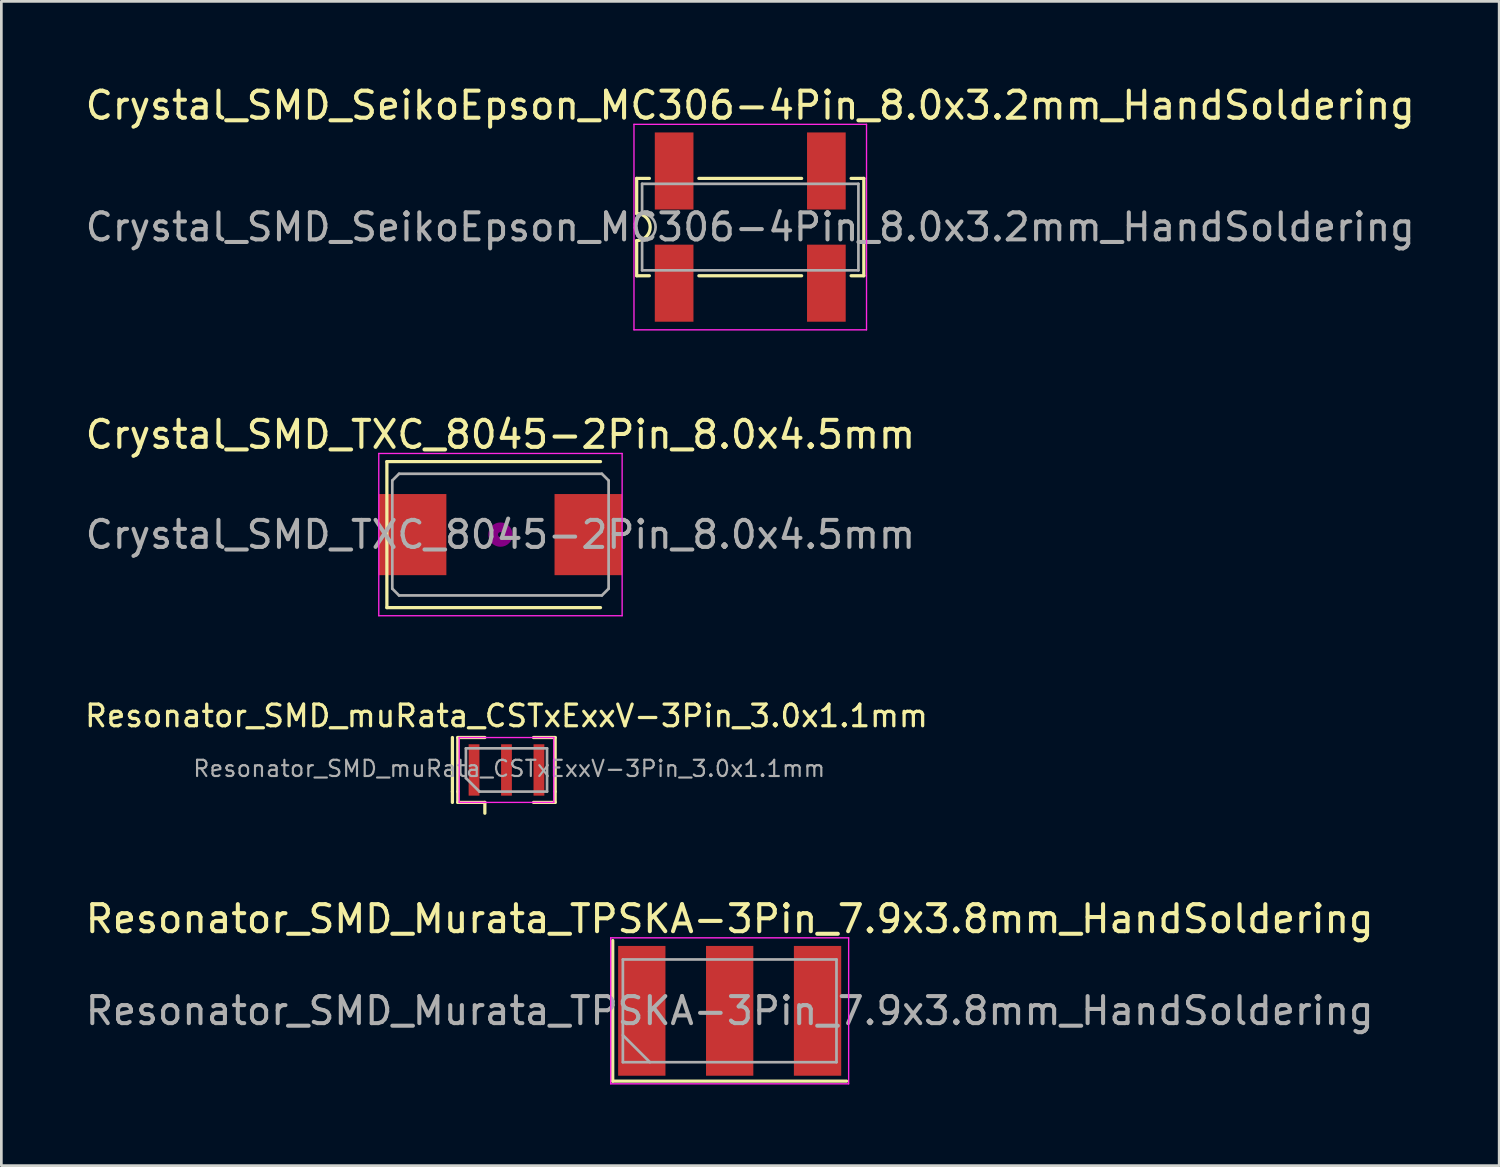
<source format=kicad_pcb>
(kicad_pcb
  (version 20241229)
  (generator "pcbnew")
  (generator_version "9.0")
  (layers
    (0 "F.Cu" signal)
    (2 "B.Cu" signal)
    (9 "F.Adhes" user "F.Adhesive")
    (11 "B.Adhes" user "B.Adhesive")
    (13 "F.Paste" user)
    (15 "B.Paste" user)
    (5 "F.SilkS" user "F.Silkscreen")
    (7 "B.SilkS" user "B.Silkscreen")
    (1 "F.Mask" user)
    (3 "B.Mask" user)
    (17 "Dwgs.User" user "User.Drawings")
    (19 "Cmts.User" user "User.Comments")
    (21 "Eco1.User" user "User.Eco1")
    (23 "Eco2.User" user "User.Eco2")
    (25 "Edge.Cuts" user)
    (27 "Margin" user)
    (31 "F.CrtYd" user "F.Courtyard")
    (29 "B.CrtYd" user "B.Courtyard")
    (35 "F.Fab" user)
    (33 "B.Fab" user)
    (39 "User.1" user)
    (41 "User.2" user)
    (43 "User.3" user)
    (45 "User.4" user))
  (footprint "Resonator_SMD_Murata_TPSKA-3Pin_7.9x3.8mm_HandSoldering"
    (layer "F.Cu")
    (at 23.935 34.333)
    (property "Reference" "Resonator_SMD_Murata_TPSKA-3Pin_7.9x3.8mm_HandSoldering" (at 0 -3.4 0) (layer "F.SilkS") (effects (font (size 1 1) (thickness 0.15))))
    (attr smd)
    (fp_line (start -4.325 -2.6) (end -4.325 2.6) (stroke (width 0.12) (type solid)) (layer "F.SilkS"))
    (fp_line (start -4.325 2.6) (end 4.325 2.6) (stroke (width 0.12) (type solid)) (layer "F.SilkS"))
    (fp_line (start -4.4 -2.7) (end -4.4 2.7) (stroke (width 0.05) (type solid)) (layer "F.CrtYd"))
    (fp_line (start -4.4 2.7) (end 4.4 2.7) (stroke (width 0.05) (type solid)) (layer "F.CrtYd"))
    (fp_line (start 4.4 -2.7) (end -4.4 -2.7) (stroke (width 0.05) (type solid)) (layer "F.CrtYd"))
    (fp_line (start 4.4 2.7) (end 4.4 -2.7) (stroke (width 0.05) (type solid)) (layer "F.CrtYd"))
    (fp_line (start -3.95 -1.9) (end -3.95 1.9) (stroke (width 0.1) (type solid)) (layer "F.Fab"))
    (fp_line (start -3.95 0.9) (end -2.95 1.9) (stroke (width 0.1) (type solid)) (layer "F.Fab"))
    (fp_line (start -3.95 1.9) (end 3.95 1.9) (stroke (width 0.1) (type solid)) (layer "F.Fab"))
    (fp_line (start 3.95 -1.9) (end -3.95 -1.9) (stroke (width 0.1) (type solid)) (layer "F.Fab"))
    (fp_line (start 3.95 1.9) (end 3.95 -1.9) (stroke (width 0.1) (type solid)) (layer "F.Fab"))
    (fp_text user "${REFERENCE}" (at 0 0 0) (layer "F.Fab") (effects (font (size 1 1) (thickness 0.15))))
    (pad "1" smd rect (at -3.25 0) (size 1.75 4.8) (layers "F.Cu" "F.Mask" "F.Paste"))
    (pad "2" smd rect (at 0 0) (size 1.75 4.8) (layers "F.Cu" "F.Mask" "F.Paste"))
    (pad "3" smd rect (at 3.25 0) (size 1.75 4.8) (layers "F.Cu" "F.Mask" "F.Paste")))
  (footprint "Crystal_SMD_TXC_8045-2Pin_8.0x4.5mm"
    (layer "F.Cu")
    (at 15.458 16.721)
    (property "Reference" "Crystal_SMD_TXC_8045-2Pin_8.0x4.5mm" (at 0 -3.7 0) (layer "F.SilkS") (effects (font (size 1 1) (thickness 0.15))))
    (attr smd)
    (fp_line (start -4.2 -2.7) (end -4.2 2.7) (stroke (width 0.12) (type solid)) (layer "F.SilkS"))
    (fp_line (start -4.2 2.7) (end 3.7 2.7) (stroke (width 0.12) (type solid)) (layer "F.SilkS"))
    (fp_line (start 3.7 -2.7) (end -4.2 -2.7) (stroke (width 0.12) (type solid)) (layer "F.SilkS"))
    (fp_circle (center 0 0) (end 0.093 0) (stroke (width 0.187) (type solid)) (fill no) (layer "F.Adhes"))
    (fp_circle (center 0 0) (end 0.213 0) (stroke (width 0.133) (type solid)) (fill no) (layer "F.Adhes"))
    (fp_circle (center 0 0) (end 0.333 0) (stroke (width 0.133) (type solid)) (fill no) (layer "F.Adhes"))
    (fp_circle (center 0 0) (end 0.4 0) (stroke (width 0.1) (type solid)) (fill no) (layer "F.Adhes"))
    (fp_line (start -4.5 -3) (end -4.5 3) (stroke (width 0.05) (type solid)) (layer "F.CrtYd"))
    (fp_line (start -4.5 3) (end 4.5 3) (stroke (width 0.05) (type solid)) (layer "F.CrtYd"))
    (fp_line (start 4.5 -3) (end -4.5 -3) (stroke (width 0.05) (type solid)) (layer "F.CrtYd"))
    (fp_line (start 4.5 3) (end 4.5 -3) (stroke (width 0.05) (type solid)) (layer "F.CrtYd"))
    (fp_line (start -4 -2) (end -3.75 -2.25) (stroke (width 0.1) (type solid)) (layer "F.Fab"))
    (fp_line (start -4 2) (end -4 -2) (stroke (width 0.1) (type solid)) (layer "F.Fab"))
    (fp_line (start -3.75 -2.25) (end 3.75 -2.25) (stroke (width 0.1) (type solid)) (layer "F.Fab"))
    (fp_line (start -3.75 2.25) (end -4 2) (stroke (width 0.1) (type solid)) (layer "F.Fab"))
    (fp_line (start 3.75 -2.25) (end 4 -2) (stroke (width 0.1) (type solid)) (layer "F.Fab"))
    (fp_line (start 3.75 2.25) (end -3.75 2.25) (stroke (width 0.1) (type solid)) (layer "F.Fab"))
    (fp_line (start 3.75 2.25) (end 4 2) (stroke (width 0.1) (type solid)) (layer "F.Fab"))
    (fp_line (start 4 -2) (end 4 2) (stroke (width 0.1) (type solid)) (layer "F.Fab"))
    (fp_text user "${REFERENCE}" (at 0 0 0) (layer "F.Fab") (effects (font (size 1 1) (thickness 0.15))))
    (pad "1" smd rect (at -3.25 0) (size 2.5 3) (layers "F.Cu" "F.Mask" "F.Paste"))
    (pad "2" smd rect (at 3.25 0) (size 2.5 3) (layers "F.Cu" "F.Mask" "F.Paste")))
  (footprint "Crystal_SMD_SeikoEpson_MC306-4Pin_8.0x3.2mm_HandSoldering"
    (layer "F.Cu")
    (at 24.696 5.348)
    (property "Reference" "Crystal_SMD_SeikoEpson_MC306-4Pin_8.0x3.2mm_HandSoldering" (at 0 -4.5 0) (layer "F.SilkS") (effects (font (size 1 1) (thickness 0.15))))
    (attr smd)
    (fp_line (start -4.2 -1.8) (end -3.73 -1.8) (stroke (width 0.12) (type solid)) (layer "F.SilkS"))
    (fp_line (start -4.2 -0.5) (end -4.2 -1.8) (stroke (width 0.12) (type solid)) (layer "F.SilkS"))
    (fp_line (start -4.2 1.8) (end -4.2 0.5) (stroke (width 0.12) (type solid)) (layer "F.SilkS"))
    (fp_line (start -4.2 1.8) (end -3.73 1.8) (stroke (width 0.12) (type solid)) (layer "F.SilkS"))
    (fp_line (start -1.9 -1.8) (end 1.9 -1.8) (stroke (width 0.12) (type solid)) (layer "F.SilkS"))
    (fp_line (start 1.9 1.8) (end -1.9 1.8) (stroke (width 0.12) (type solid)) (layer "F.SilkS"))
    (fp_line (start 3.73 -1.8) (end 4.2 -1.8) (stroke (width 0.12) (type solid)) (layer "F.SilkS"))
    (fp_line (start 4.2 -1.8) (end 4.2 1.8) (stroke (width 0.12) (type solid)) (layer "F.SilkS"))
    (fp_line (start 4.2 1.8) (end 3.73 1.8) (stroke (width 0.12) (type solid)) (layer "F.SilkS"))
    (fp_arc (start -4.2 -0.5) (mid -3.7 0) (end -4.2 0.5) (stroke (width 0.12) (type solid)) (layer "F.SilkS"))
    (fp_line (start -4.3 -3.8) (end -4.3 3.8) (stroke (width 0.05) (type solid)) (layer "F.CrtYd"))
    (fp_line (start -4.3 3.8) (end 4.3 3.8) (stroke (width 0.05) (type solid)) (layer "F.CrtYd"))
    (fp_line (start 4.3 -3.8) (end -4.3 -3.8) (stroke (width 0.05) (type solid)) (layer "F.CrtYd"))
    (fp_line (start 4.3 3.8) (end 4.3 -3.8) (stroke (width 0.05) (type solid)) (layer "F.CrtYd"))
    (fp_line (start -4 -1.6) (end 4 -1.6) (stroke (width 0.1) (type solid)) (layer "F.Fab"))
    (fp_line (start -4 -0.5) (end -4 -1.6) (stroke (width 0.1) (type solid)) (layer "F.Fab"))
    (fp_line (start -4 1.6) (end -4 0.5) (stroke (width 0.1) (type solid)) (layer "F.Fab"))
    (fp_line (start 4 -1.6) (end 4 1.6) (stroke (width 0.1) (type solid)) (layer "F.Fab"))
    (fp_line (start 4 1.6) (end -4 1.6) (stroke (width 0.1) (type solid)) (layer "F.Fab"))
    (fp_arc (start -4 -0.5) (mid -3.5 0) (end -4 0.5) (stroke (width 0.1) (type solid)) (layer "F.Fab"))
    (fp_text user "${REFERENCE}" (at 0 0 0) (layer "F.Fab") (effects (font (size 1 1) (thickness 0.15))))
    (pad "1" smd rect (at -2.815 2.075) (size 1.43 2.85) (layers "F.Cu" "F.Mask" "F.Paste"))
    (pad "2" smd rect (at 2.815 2.075) (size 1.43 2.85) (layers "F.Cu" "F.Mask" "F.Paste"))
    (pad "3" smd rect (at 2.815 -2.075) (size 1.43 2.85) (layers "F.Cu" "F.Mask" "F.Paste"))
    (pad "4" smd rect (at -2.815 -2.075) (size 1.43 2.85) (layers "F.Cu" "F.Mask" "F.Paste")))
  (footprint "Resonator_SMD_muRata_CSTxExxV-3Pin_3.0x1.1mm"
    (layer "F.Cu")
    (at 15.681 25.425)
    (property "Reference" "Resonator_SMD_muRata_CSTxExxV-3Pin_3.0x1.1mm" (at 0 -2 0) (layer "F.SilkS") (effects (font (size 0.8 0.8) (thickness 0.12))))
    (attr smd)
    (fp_line (start -2 -1.2) (end -2 0.8) (stroke (width 0.12) (type solid)) (layer "F.SilkS"))
    (fp_line (start -2 0.8) (end -2 1.2) (stroke (width 0.12) (type solid)) (layer "F.SilkS"))
    (fp_line (start -1.8 -1.2) (end -0.8 -1.2) (stroke (width 0.12) (type solid)) (layer "F.SilkS"))
    (fp_line (start -1.8 0.8) (end -1.8 -1.2) (stroke (width 0.12) (type solid)) (layer "F.SilkS"))
    (fp_line (start -1.8 0.8) (end -1.8 1.2) (stroke (width 0.12) (type solid)) (layer "F.SilkS"))
    (fp_line (start -0.8 1.2) (end -1.8 1.2) (stroke (width 0.12) (type solid)) (layer "F.SilkS"))
    (fp_line (start -0.8 1.2) (end -0.8 1.6) (stroke (width 0.12) (type solid)) (layer "F.SilkS"))
    (fp_line (start 1 -1.2) (end 1.8 -1.2) (stroke (width 0.12) (type solid)) (layer "F.SilkS"))
    (fp_line (start 1.8 -1.2) (end 1.8 0.8) (stroke (width 0.12) (type solid)) (layer "F.SilkS"))
    (fp_line (start 1.8 0.8) (end 1.8 1.2) (stroke (width 0.12) (type solid)) (layer "F.SilkS"))
    (fp_line (start 1.8 1.2) (end 1 1.2) (stroke (width 0.12) (type solid)) (layer "F.SilkS"))
    (fp_line (start -1.75 -1.2) (end 1.75 -1.2) (stroke (width 0.05) (type solid)) (layer "F.CrtYd"))
    (fp_line (start -1.75 1.2) (end -1.75 -1.2) (stroke (width 0.05) (type solid)) (layer "F.CrtYd"))
    (fp_line (start 1.75 -1.2) (end 1.75 1.2) (stroke (width 0.05) (type solid)) (layer "F.CrtYd"))
    (fp_line (start 1.75 1.2) (end -1.75 1.2) (stroke (width 0.05) (type solid)) (layer "F.CrtYd"))
    (fp_line (start -1.5 0.3) (end -1.5 -0.8) (stroke (width 0.1) (type solid)) (layer "F.Fab"))
    (fp_line (start -1 0.8) (end -1.5 0.3) (stroke (width 0.1) (type solid)) (layer "F.Fab"))
    (fp_line (start -1 0.8) (end 1.5 0.8) (stroke (width 0.1) (type solid)) (layer "F.Fab"))
    (fp_line (start 1.5 -0.8) (end -1.5 -0.8) (stroke (width 0.1) (type solid)) (layer "F.Fab"))
    (fp_line (start 1.5 0.8) (end 1.5 -0.8) (stroke (width 0.1) (type solid)) (layer "F.Fab"))
    (fp_text user "${REFERENCE}" (at 0.1 -0.05 0) (layer "F.Fab") (effects (font (size 0.6 0.6) (thickness 0.08))))
    (pad "1" smd rect (at -1.2 0) (size 0.4 1.9) (layers "F.Cu" "F.Mask" "F.Paste"))
    (pad "2" smd rect (at 0 0) (size 0.4 1.9) (layers "F.Cu" "F.Mask" "F.Paste"))
    (pad "3" smd rect (at 1.2 0) (size 0.4 1.9) (layers "F.Cu" "F.Mask" "F.Paste")))
  (gr_rect
    (start -3 -3)
    (end 52.393 40.058)
    (stroke (width 0.1) (type default))
    (fill no)
    (layer "Edge.Cuts")))
</source>
